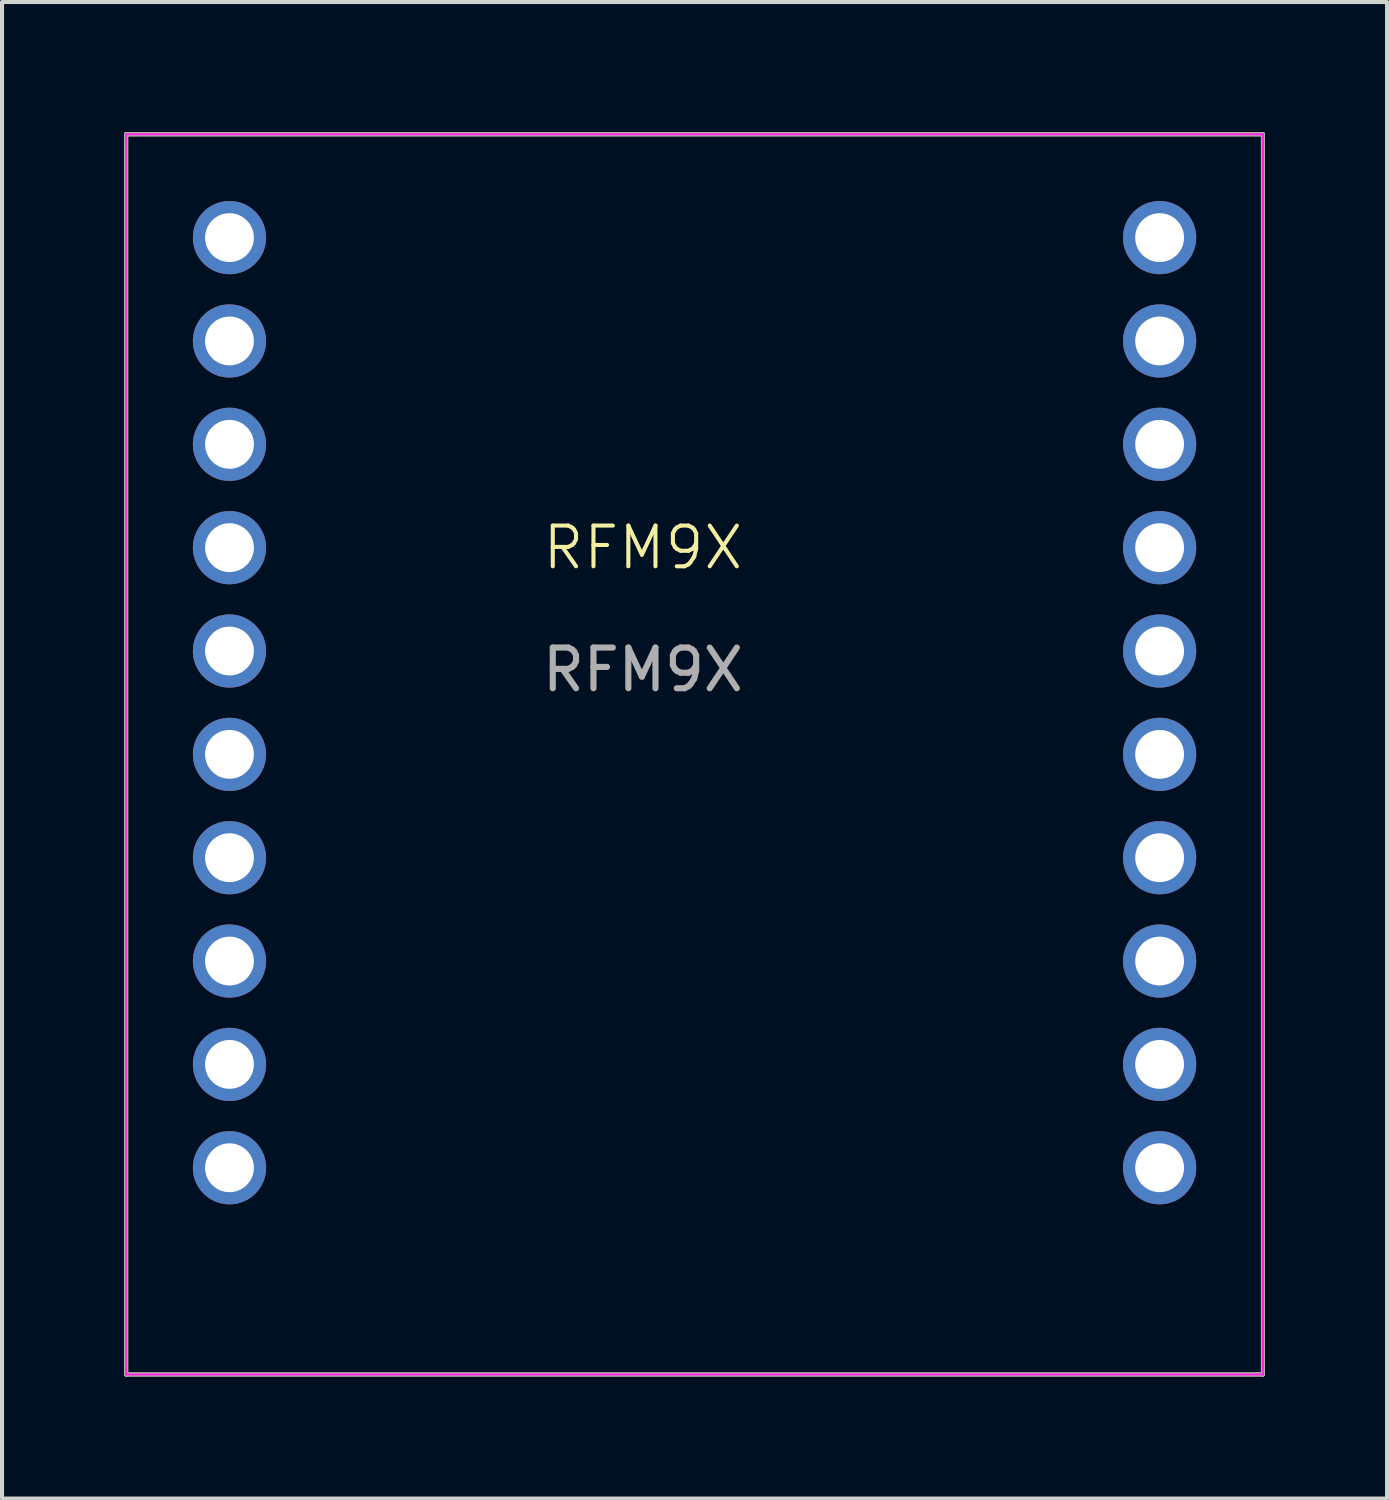
<source format=kicad_pcb>
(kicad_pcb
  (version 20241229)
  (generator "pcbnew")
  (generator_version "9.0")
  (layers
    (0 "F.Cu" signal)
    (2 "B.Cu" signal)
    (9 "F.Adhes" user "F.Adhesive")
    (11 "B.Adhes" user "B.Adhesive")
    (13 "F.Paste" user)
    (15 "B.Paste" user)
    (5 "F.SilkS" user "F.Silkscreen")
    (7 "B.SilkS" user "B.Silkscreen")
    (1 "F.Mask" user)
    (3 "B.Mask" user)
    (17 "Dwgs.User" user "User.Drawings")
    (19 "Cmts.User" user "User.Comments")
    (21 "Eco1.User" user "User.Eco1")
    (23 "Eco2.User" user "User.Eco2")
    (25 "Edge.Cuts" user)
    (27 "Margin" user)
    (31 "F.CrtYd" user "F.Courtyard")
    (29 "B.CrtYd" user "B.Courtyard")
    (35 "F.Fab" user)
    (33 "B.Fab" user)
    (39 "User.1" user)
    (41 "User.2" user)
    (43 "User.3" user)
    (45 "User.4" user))
  (footprint "RFM9X"
    (layer "F.Cu")
    (at 2.59 0.25)
    (property "Reference" "RFM9X" (at 10.16 10.16 0) (unlocked yes) (layer "F.SilkS") (effects (font (size 1 1) (thickness 0.1))))
    (attr through_hole)
    (fp_line (start -2.54 0) (end 25.4 0) (stroke (width 0.1) (type default)) (layer "F.SilkS"))
    (fp_line (start -2.54 30.48) (end -2.54 0) (stroke (width 0.1) (type default)) (layer "F.SilkS"))
    (fp_line (start 25.4 0) (end 25.4 30.48) (stroke (width 0.1) (type default)) (layer "F.SilkS"))
    (fp_line (start 25.4 30.48) (end -2.54 30.48) (stroke (width 0.1) (type default)) (layer "F.SilkS"))
    (fp_line (start -2.54 0) (end -2.54 30.48) (stroke (width 0.05) (type default)) (layer "F.CrtYd"))
    (fp_line (start -2.54 30.48) (end 25.4 30.48) (stroke (width 0.05) (type default)) (layer "F.CrtYd"))
    (fp_line (start 25.4 0) (end -2.54 0) (stroke (width 0.05) (type default)) (layer "F.CrtYd"))
    (fp_line (start 25.4 30.48) (end 25.4 0) (stroke (width 0.05) (type default)) (layer "F.CrtYd"))
    (fp_line (start -2.54 0) (end -2.54 30.48) (stroke (width 0.1) (type default)) (layer "F.Fab"))
    (fp_line (start -2.54 30.48) (end 25.4 30.48) (stroke (width 0.1) (type default)) (layer "F.Fab"))
    (fp_line (start 25.4 0) (end -2.54 0) (stroke (width 0.1) (type default)) (layer "F.Fab"))
    (fp_line (start 25.4 30.48) (end 25.4 0) (stroke (width 0.1) (type default)) (layer "F.Fab"))
    (fp_text user "${REFERENCE}" (at 10.16 13.16 0) (unlocked yes) (layer "F.Fab") (effects (font (size 1 1) (thickness 0.15))))
    (pad "0" thru_hole circle (at 0 2.54) (size 1.8 1.8) (drill 1.2) (layers "*.Cu" "*.Mask"))
    (pad "1" thru_hole circle (at 0 5.08) (size 1.8 1.8) (drill 1.2) (layers "*.Cu" "*.Mask"))
    (pad "2" thru_hole circle (at 0 7.62) (size 1.8 1.8) (drill 1.2) (layers "*.Cu" "*.Mask"))
    (pad "3" thru_hole circle (at 0 10.16) (size 1.8 1.8) (drill 1.2) (layers "*.Cu" "*.Mask"))
    (pad "4" thru_hole circle (at 0 12.7) (size 1.8 1.8) (drill 1.2) (layers "*.Cu" "*.Mask"))
    (pad "5" thru_hole circle (at 0 15.24) (size 1.8 1.8) (drill 1.2) (layers "*.Cu" "*.Mask"))
    (pad "6" thru_hole circle (at 0 17.78) (size 1.8 1.8) (drill 1.2) (layers "*.Cu" "*.Mask"))
    (pad "7" thru_hole circle (at 0 20.32) (size 1.8 1.8) (drill 1.2) (layers "*.Cu" "*.Mask"))
    (pad "8" thru_hole circle (at 0 22.86) (size 1.8 1.8) (drill 1.2) (layers "*.Cu" "*.Mask"))
    (pad "9" thru_hole circle (at 0 25.4) (size 1.8 1.8) (drill 1.2) (layers "*.Cu" "*.Mask"))
    (pad "10" thru_hole circle (at 22.86 2.54) (size 1.8 1.8) (drill 1.2) (layers "*.Cu" "*.Mask"))
    (pad "11" thru_hole circle (at 22.86 5.08) (size 1.8 1.8) (drill 1.2) (layers "*.Cu" "*.Mask"))
    (pad "12" thru_hole circle (at 22.86 7.62) (size 1.8 1.8) (drill 1.2) (layers "*.Cu" "*.Mask"))
    (pad "13" thru_hole circle (at 22.86 10.16) (size 1.8 1.8) (drill 1.2) (layers "*.Cu" "*.Mask"))
    (pad "14" thru_hole circle (at 22.86 12.7) (size 1.8 1.8) (drill 1.2) (layers "*.Cu" "*.Mask"))
    (pad "15" thru_hole circle (at 22.86 15.24) (size 1.8 1.8) (drill 1.2) (layers "*.Cu" "*.Mask"))
    (pad "16" thru_hole circle (at 22.86 17.78) (size 1.8 1.8) (drill 1.2) (layers "*.Cu" "*.Mask"))
    (pad "17" thru_hole circle (at 22.86 20.32) (size 1.8 1.8) (drill 1.2) (layers "*.Cu" "*.Mask"))
    (pad "18" thru_hole circle (at 22.86 22.86) (size 1.8 1.8) (drill 1.2) (layers "*.Cu" "*.Mask"))
    (pad "19" thru_hole circle (at 22.86 25.4) (size 1.8 1.8) (drill 1.2) (layers "*.Cu" "*.Mask")))
  (gr_rect
    (start -3 -3)
    (end 31.04 33.78)
    (stroke (width 0.1) (type default))
    (fill no)
    (layer "Edge.Cuts")))
</source>
